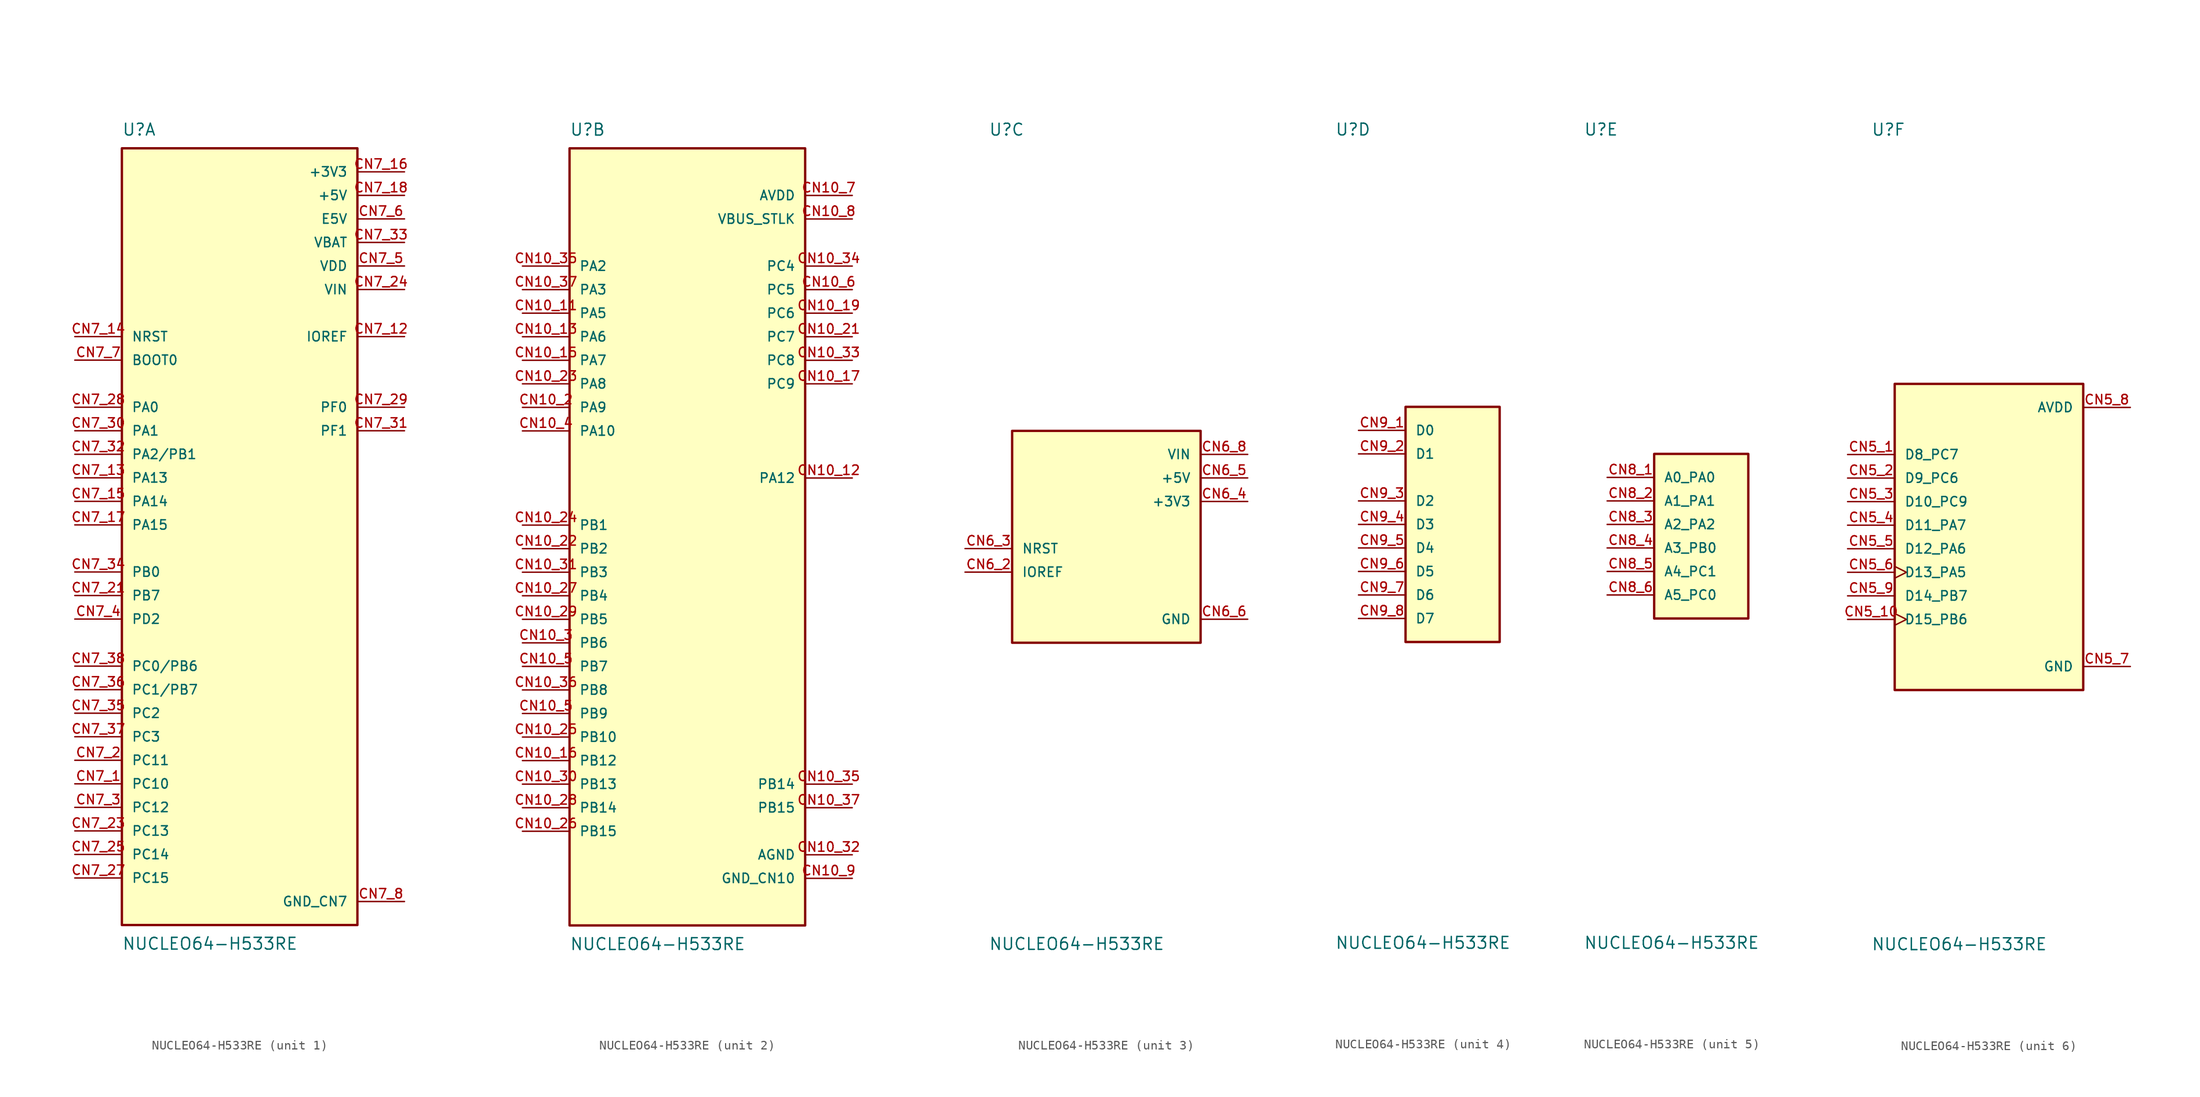
<source format=kicad_sym>
(kicad_symbol_lib
  (version 20231120)
  (generator "kicad_symbol_editor")
  (generator_version "8.0")
  (symbol "NUCLEO64-H533RE"
    (pin_names
      (offset 1.016))
    (property "Reference" "U"
      (at -12.7 41.91 0)
      (effects (font (size 1.27 1.27)) (justify left bottom)))
    (property "Value" "NUCLEO64-H533RE"
      (at -12.7 -44.45 0)
      (effects (font (size 1.27 1.27)) (justify left top)))
    (symbol "NUCLEO64-H533RE_1_0"
      (rectangle (start -12.7 40.64) (end 12.7 -43.18) (stroke (width 0.254) (type default)) (fill (type background)))
      (pin bidirectional line (at -17.78 -27.94 0) (length 5.08) (name "PC10" (effects (font (size 1.016 1.016)))) (number "CN7_1" (effects (font (size 1.016 1.016)))))
      (pin bidirectional line (at 17.78 20.32 180) (length 5.08) (name "IOREF" (effects (font (size 1.016 1.016)))) (number "CN7_12" (effects (font (size 1.016 1.016)))))
      (pin bidirectional line (at -17.78 5.08 0) (length 5.08) (name "PA13" (effects (font (size 1.016 1.016)))) (number "CN7_13" (effects (font (size 1.016 1.016)))))
      (pin bidirectional line (at -17.78 20.32 0) (length 5.08) (name "NRST" (effects (font (size 1.016 1.016)))) (number "CN7_14" (effects (font (size 1.016 1.016)))))
      (pin bidirectional line (at -17.78 2.54 0) (length 5.08) (name "PA14" (effects (font (size 1.016 1.016)))) (number "CN7_15" (effects (font (size 1.016 1.016)))))
      (pin power_in line (at 17.78 38.1 180) (length 5.08) (name "+3V3" (effects (font (size 1.016 1.016)))) (number "CN7_16" (effects (font (size 1.016 1.016)))))
      (pin bidirectional line (at -17.78 0 0) (length 5.08) (name "PA15" (effects (font (size 1.016 1.016)))) (number "CN7_17" (effects (font (size 1.016 1.016)))))
      (pin power_in line (at 17.78 35.56 180) (length 5.08) (name "+5V" (effects (font (size 1.016 1.016)))) (number "CN7_18" (effects (font (size 1.016 1.016)))))
      (pin power_in line (at 17.78 -40.64 180) (length 5.08) hide (name "GND_CN7" (effects (font (size 1.016 1.016)))) (number "CN7_19" (effects (font (size 1.016 1.016)))))
      (pin bidirectional line (at -17.78 -25.4 0) (length 5.08) (name "PC11" (effects (font (size 1.016 1.016)))) (number "CN7_2" (effects (font (size 1.016 1.016)))))
      (pin power_in line (at 17.78 -40.64 180) (length 5.08) hide (name "GND_CN7" (effects (font (size 1.016 1.016)))) (number "CN7_20" (effects (font (size 1.016 1.016)))))
      (pin bidirectional line (at -17.78 -7.62 0) (length 5.08) (name "PB7" (effects (font (size 1.016 1.016)))) (number "CN7_21" (effects (font (size 1.016 1.016)))))
      (pin power_in line (at 17.78 -40.64 180) (length 5.08) hide (name "GND_CN7" (effects (font (size 1.016 1.016)))) (number "CN7_22" (effects (font (size 1.016 1.016)))))
      (pin bidirectional line (at -17.78 -33.02 0) (length 5.08) (name "PC13" (effects (font (size 1.016 1.016)))) (number "CN7_23" (effects (font (size 1.016 1.016)))))
      (pin power_in line (at 17.78 25.4 180) (length 5.08) (name "VIN" (effects (font (size 1.016 1.016)))) (number "CN7_24" (effects (font (size 1.016 1.016)))))
      (pin bidirectional line (at -17.78 -35.56 0) (length 5.08) (name "PC14" (effects (font (size 1.016 1.016)))) (number "CN7_25" (effects (font (size 1.016 1.016)))))
      (pin bidirectional line (at -17.78 -38.1 0) (length 5.08) (name "PC15" (effects (font (size 1.016 1.016)))) (number "CN7_27" (effects (font (size 1.016 1.016)))))
      (pin bidirectional line (at -17.78 12.7 0) (length 5.08) (name "PA0" (effects (font (size 1.016 1.016)))) (number "CN7_28" (effects (font (size 1.016 1.016)))))
      (pin bidirectional line (at 17.78 12.7 180) (length 5.08) (name "PF0" (effects (font (size 1.016 1.016)))) (number "CN7_29" (effects (font (size 1.016 1.016)))))
      (pin bidirectional line (at -17.78 -30.48 0) (length 5.08) (name "PC12" (effects (font (size 1.016 1.016)))) (number "CN7_3" (effects (font (size 1.016 1.016)))))
      (pin bidirectional line (at -17.78 10.16 0) (length 5.08) (name "PA1" (effects (font (size 1.016 1.016)))) (number "CN7_30" (effects (font (size 1.016 1.016)))))
      (pin bidirectional line (at 17.78 10.16 180) (length 5.08) (name "PF1" (effects (font (size 1.016 1.016)))) (number "CN7_31" (effects (font (size 1.016 1.016)))))
      (pin bidirectional line (at -17.78 7.62 0) (length 5.08) (name "PA2/PB1" (effects (font (size 1.016 1.016)))) (number "CN7_32" (effects (font (size 1.016 1.016)))))
      (pin power_in line (at 17.78 30.48 180) (length 5.08) (name "VBAT" (effects (font (size 1.016 1.016)))) (number "CN7_33" (effects (font (size 1.016 1.016)))))
      (pin bidirectional line (at -17.78 -5.08 0) (length 5.08) (name "PB0" (effects (font (size 1.016 1.016)))) (number "CN7_34" (effects (font (size 1.016 1.016)))))
      (pin bidirectional line (at -17.78 -20.32 0) (length 5.08) (name "PC2" (effects (font (size 1.016 1.016)))) (number "CN7_35" (effects (font (size 1.016 1.016)))))
      (pin bidirectional line (at -17.78 -17.78 0) (length 5.08) (name "PC1/PB7" (effects (font (size 1.016 1.016)))) (number "CN7_36" (effects (font (size 1.016 1.016)))))
      (pin bidirectional line (at -17.78 -22.86 0) (length 5.08) (name "PC3" (effects (font (size 1.016 1.016)))) (number "CN7_37" (effects (font (size 1.016 1.016)))))
      (pin bidirectional line (at -17.78 -15.24 0) (length 5.08) (name "PC0/PB6" (effects (font (size 1.016 1.016)))) (number "CN7_38" (effects (font (size 1.016 1.016)))))
      (pin bidirectional line (at -17.78 -10.16 0) (length 5.08) (name "PD2" (effects (font (size 1.016 1.016)))) (number "CN7_4" (effects (font (size 1.016 1.016)))))
      (pin power_in line (at 17.78 27.94 180) (length 5.08) (name "VDD" (effects (font (size 1.016 1.016)))) (number "CN7_5" (effects (font (size 1.016 1.016)))))
      (pin power_in line (at 17.78 33.02 180) (length 5.08) (name "E5V" (effects (font (size 1.016 1.016)))) (number "CN7_6" (effects (font (size 1.016 1.016)))))
      (pin bidirectional line (at -17.78 17.78 0) (length 5.08) (name "BOOT0" (effects (font (size 1.016 1.016)))) (number "CN7_7" (effects (font (size 1.016 1.016)))))
      (pin power_in line (at 17.78 -40.64 180) (length 5.08) (name "GND_CN7" (effects (font (size 1.016 1.016)))) (number "CN7_8" (effects (font (size 1.016 1.016))))))
    (symbol "NUCLEO64-H533RE_2_0"
      (rectangle (start -12.7 40.64) (end 12.7 -43.18) (stroke (width 0.254) (type default)) (fill (type background)))
      (pin bidirectional line (at -17.78 22.86 0) (length 5.08) (name "PA5" (effects (font (size 1.016 1.016)))) (number "CN10_11" (effects (font (size 1.016 1.016)))))
      (pin bidirectional line (at 17.78 5.08 180) (length 5.08) (name "PA12" (effects (font (size 1.016 1.016)))) (number "CN10_12" (effects (font (size 1.016 1.016)))))
      (pin bidirectional line (at -17.78 20.32 0) (length 5.08) (name "PA6" (effects (font (size 1.016 1.016)))) (number "CN10_13" (effects (font (size 1.016 1.016)))))
      (pin bidirectional line (at -17.78 17.78 0) (length 5.08) (name "PA7" (effects (font (size 1.016 1.016)))) (number "CN10_15" (effects (font (size 1.016 1.016)))))
      (pin bidirectional line (at -17.78 -25.4 0) (length 5.08) (name "PB12" (effects (font (size 1.016 1.016)))) (number "CN10_16" (effects (font (size 1.016 1.016)))))
      (pin bidirectional line (at 17.78 15.24 180) (length 5.08) (name "PC9" (effects (font (size 1.016 1.016)))) (number "CN10_17" (effects (font (size 1.016 1.016)))))
      (pin bidirectional line (at 17.78 22.86 180) (length 5.08) (name "PC6" (effects (font (size 1.016 1.016)))) (number "CN10_19" (effects (font (size 1.016 1.016)))))
      (pin bidirectional line (at -17.78 12.7 0) (length 5.08) (name "PA9" (effects (font (size 1.016 1.016)))) (number "CN10_2" (effects (font (size 1.016 1.016)))))
      (pin power_in line (at 17.78 -38.1 180) (length 5.08) hide (name "GND_CN10" (effects (font (size 1.016 1.016)))) (number "CN10_20" (effects (font (size 1.016 1.016)))))
      (pin bidirectional line (at 17.78 20.32 180) (length 5.08) (name "PC7" (effects (font (size 1.016 1.016)))) (number "CN10_21" (effects (font (size 1.016 1.016)))))
      (pin bidirectional line (at -17.78 -2.54 0) (length 5.08) (name "PB2" (effects (font (size 1.016 1.016)))) (number "CN10_22" (effects (font (size 1.016 1.016)))))
      (pin bidirectional line (at -17.78 15.24 0) (length 5.08) (name "PA8" (effects (font (size 1.016 1.016)))) (number "CN10_23" (effects (font (size 1.016 1.016)))))
      (pin bidirectional line (at -17.78 0 0) (length 5.08) (name "PB1" (effects (font (size 1.016 1.016)))) (number "CN10_24" (effects (font (size 1.016 1.016)))))
      (pin bidirectional line (at -17.78 -22.86 0) (length 5.08) (name "PB10" (effects (font (size 1.016 1.016)))) (number "CN10_25" (effects (font (size 1.016 1.016)))))
      (pin bidirectional line (at -17.78 -33.02 0) (length 5.08) (name "PB15" (effects (font (size 1.016 1.016)))) (number "CN10_26" (effects (font (size 1.016 1.016)))))
      (pin bidirectional line (at -17.78 -7.62 0) (length 5.08) (name "PB4" (effects (font (size 1.016 1.016)))) (number "CN10_27" (effects (font (size 1.016 1.016)))))
      (pin bidirectional line (at -17.78 -30.48 0) (length 5.08) (name "PB14" (effects (font (size 1.016 1.016)))) (number "CN10_28" (effects (font (size 1.016 1.016)))))
      (pin bidirectional line (at -17.78 -10.16 0) (length 5.08) (name "PB5" (effects (font (size 1.016 1.016)))) (number "CN10_29" (effects (font (size 1.016 1.016)))))
      (pin bidirectional line (at -17.78 -12.7 0) (length 5.08) (name "PB6" (effects (font (size 1.016 1.016)))) (number "CN10_3" (effects (font (size 1.016 1.016)))))
      (pin bidirectional line (at -17.78 -27.94 0) (length 5.08) (name "PB13" (effects (font (size 1.016 1.016)))) (number "CN10_30" (effects (font (size 1.016 1.016)))))
      (pin bidirectional line (at -17.78 -5.08 0) (length 5.08) (name "PB3" (effects (font (size 1.016 1.016)))) (number "CN10_31" (effects (font (size 1.016 1.016)))))
      (pin power_in line (at 17.78 -35.56 180) (length 5.08) (name "AGND" (effects (font (size 1.016 1.016)))) (number "CN10_32" (effects (font (size 1.016 1.016)))))
      (pin bidirectional line (at 17.78 17.78 180) (length 5.08) (name "PC8" (effects (font (size 1.016 1.016)))) (number "CN10_33" (effects (font (size 1.016 1.016)))))
      (pin bidirectional line (at 17.78 27.94 180) (length 5.08) (name "PC4" (effects (font (size 1.016 1.016)))) (number "CN10_34" (effects (font (size 1.016 1.016)))))
      (pin bidirectional line (at -17.78 27.94 0) (length 5.08) (name "PA2" (effects (font (size 1.016 1.016)))) (number "CN10_35" (effects (font (size 1.016 1.016)))))
      (pin bidirectional line (at 17.78 -27.94 180) (length 5.08) (name "PB14" (effects (font (size 1.016 1.016)))) (number "CN10_35" (effects (font (size 1.016 1.016)))))
      (pin bidirectional line (at -17.78 -17.78 0) (length 5.08) (name "PB8" (effects (font (size 1.016 1.016)))) (number "CN10_36" (effects (font (size 1.016 1.016)))))
      (pin bidirectional line (at -17.78 25.4 0) (length 5.08) (name "PA3" (effects (font (size 1.016 1.016)))) (number "CN10_37" (effects (font (size 1.016 1.016)))))
      (pin bidirectional line (at 17.78 -30.48 180) (length 5.08) (name "PB15" (effects (font (size 1.016 1.016)))) (number "CN10_37" (effects (font (size 1.016 1.016)))))
      (pin bidirectional line (at -17.78 10.16 0) (length 5.08) (name "PA10" (effects (font (size 1.016 1.016)))) (number "CN10_4" (effects (font (size 1.016 1.016)))))
      (pin bidirectional line (at -17.78 -15.24 0) (length 5.08) (name "PB7" (effects (font (size 1.016 1.016)))) (number "CN10_5" (effects (font (size 1.016 1.016)))))
      (pin bidirectional line (at -17.78 -20.32 0) (length 5.08) (name "PB9" (effects (font (size 1.016 1.016)))) (number "CN10_5" (effects (font (size 1.016 1.016)))))
      (pin bidirectional line (at 17.78 25.4 180) (length 5.08) (name "PC5" (effects (font (size 1.016 1.016)))) (number "CN10_6" (effects (font (size 1.016 1.016)))))
      (pin power_in line (at 17.78 35.56 180) (length 5.08) (name "AVDD" (effects (font (size 1.016 1.016)))) (number "CN10_7" (effects (font (size 1.016 1.016)))))
      (pin power_in line (at 17.78 33.02 180) (length 5.08) (name "VBUS_STLK" (effects (font (size 1.016 1.016)))) (number "CN10_8" (effects (font (size 1.016 1.016)))))
      (pin power_in line (at 17.78 -38.1 180) (length 5.08) (name "GND_CN10" (effects (font (size 1.016 1.016)))) (number "CN10_9" (effects (font (size 1.016 1.016))))))
    (symbol "NUCLEO64-H533RE_3_0"
      (rectangle (start -10.16 -12.7) (end 10.16 10.16) (stroke (width 0.254) (type default)) (fill (type background)))
      (pin bidirectional line (at -15.24 -5.08 0) (length 5.08) (name "IOREF" (effects (font (size 1.016 1.016)))) (number "CN6_2" (effects (font (size 1.016 1.016)))))
      (pin bidirectional line (at -15.24 -2.54 0) (length 5.08) (name "NRST" (effects (font (size 1.016 1.016)))) (number "CN6_3" (effects (font (size 1.016 1.016)))))
      (pin power_in line (at 15.24 2.54 180) (length 5.08) (name "+3V3" (effects (font (size 1.016 1.016)))) (number "CN6_4" (effects (font (size 1.016 1.016)))))
      (pin power_in line (at 15.24 5.08 180) (length 5.08) (name "+5V" (effects (font (size 1.016 1.016)))) (number "CN6_5" (effects (font (size 1.016 1.016)))))
      (pin power_in line (at 15.24 -10.16 180) (length 5.08) (name "GND" (effects (font (size 1.016 1.016)))) (number "CN6_6" (effects (font (size 1.016 1.016)))))
      (pin power_in line (at 15.24 -10.16 180) (length 5.08) hide (name "GND" (effects (font (size 1.016 1.016)))) (number "CN6_7" (effects (font (size 1.016 1.016)))))
      (pin power_in line (at 15.24 7.62 180) (length 5.08) (name "VIN" (effects (font (size 1.016 1.016)))) (number "CN6_8" (effects (font (size 1.016 1.016))))))
    (symbol "NUCLEO64-H533RE_4_0"
      (rectangle (start -5.08 -12.7) (end 5.08 12.7) (stroke (width 0.254) (type default)) (fill (type background)))
      (pin input line (at -10.16 10.16 0) (length 5.08) (name "D0" (effects (font (size 1.016 1.016)))) (number "CN9_1" (effects (font (size 1.016 1.016)))))
      (pin output line (at -10.16 7.62 0) (length 5.08) (name "D1" (effects (font (size 1.016 1.016)))) (number "CN9_2" (effects (font (size 1.016 1.016)))))
      (pin bidirectional line (at -10.16 2.54 0) (length 5.08) (name "D2" (effects (font (size 1.016 1.016)))) (number "CN9_3" (effects (font (size 1.016 1.016)))))
      (pin bidirectional line (at -10.16 0 0) (length 5.08) (name "D3" (effects (font (size 1.016 1.016)))) (number "CN9_4" (effects (font (size 1.016 1.016)))))
      (pin bidirectional line (at -10.16 -2.54 0) (length 5.08) (name "D4" (effects (font (size 1.016 1.016)))) (number "CN9_5" (effects (font (size 1.016 1.016)))))
      (pin bidirectional line (at -10.16 -5.08 0) (length 5.08) (name "D5" (effects (font (size 1.016 1.016)))) (number "CN9_6" (effects (font (size 1.016 1.016)))))
      (pin bidirectional line (at -10.16 -7.62 0) (length 5.08) (name "D6" (effects (font (size 1.016 1.016)))) (number "CN9_7" (effects (font (size 1.016 1.016)))))
      (pin bidirectional line (at -10.16 -10.16 0) (length 5.08) (name "D7" (effects (font (size 1.016 1.016)))) (number "CN9_8" (effects (font (size 1.016 1.016))))))
    (symbol "NUCLEO64-H533RE_5_0"
      (rectangle (start -5.08 7.62) (end 5.08 -10.16) (stroke (width 0.254) (type default)) (fill (type background)))
      (pin input line (at -10.16 5.08 0) (length 5.08) (name "A0_PA0" (effects (font (size 1.016 1.016)))) (number "CN8_1" (effects (font (size 1.016 1.016)))))
      (pin input line (at -10.16 2.54 0) (length 5.08) (name "A1_PA1" (effects (font (size 1.016 1.016)))) (number "CN8_2" (effects (font (size 1.016 1.016)))))
      (pin input line (at -10.16 0 0) (length 5.08) (name "A2_PA2" (effects (font (size 1.016 1.016)))) (number "CN8_3" (effects (font (size 1.016 1.016)))))
      (pin input line (at -10.16 -2.54 0) (length 5.08) (name "A3_PB0" (effects (font (size 1.016 1.016)))) (number "CN8_4" (effects (font (size 1.016 1.016)))))
      (pin input line (at -10.16 -5.08 0) (length 5.08) (name "A4_PC1" (effects (font (size 1.016 1.016)))) (number "CN8_5" (effects (font (size 1.016 1.016)))))
      (pin input line (at -10.16 -7.62 0) (length 5.08) (name "A5_PC0" (effects (font (size 1.016 1.016)))) (number "CN8_6" (effects (font (size 1.016 1.016))))))
    (symbol "NUCLEO64-H533RE_6_0"
      (rectangle (start -10.16 15.24) (end 10.16 -17.78) (stroke (width 0.254) (type default)) (fill (type background)))
      (pin bidirectional line (at -15.24 7.62 0) (length 5.08) (name "D8_PC7" (effects (font (size 1.016 1.016)))) (number "CN5_1" (effects (font (size 1.016 1.016)))))
      (pin bidirectional clock (at -15.24 -10.16 0) (length 5.08) (name "D15_PB6" (effects (font (size 1.016 1.016)))) (number "CN5_10" (effects (font (size 1.016 1.016)))))
      (pin bidirectional line (at -15.24 5.08 0) (length 5.08) (name "D9_PC6" (effects (font (size 1.016 1.016)))) (number "CN5_2" (effects (font (size 1.016 1.016)))))
      (pin bidirectional line (at -15.24 2.54 0) (length 5.08) (name "D10_PC9" (effects (font (size 1.016 1.016)))) (number "CN5_3" (effects (font (size 1.016 1.016)))))
      (pin bidirectional line (at -15.24 0 0) (length 5.08) (name "D11_PA7" (effects (font (size 1.016 1.016)))) (number "CN5_4" (effects (font (size 1.016 1.016)))))
      (pin bidirectional line (at -15.24 -2.54 0) (length 5.08) (name "D12_PA6" (effects (font (size 1.016 1.016)))) (number "CN5_5" (effects (font (size 1.016 1.016)))))
      (pin bidirectional clock (at -15.24 -5.08 0) (length 5.08) (name "D13_PA5" (effects (font (size 1.016 1.016)))) (number "CN5_6" (effects (font (size 1.016 1.016)))))
      (pin power_in line (at 15.24 -15.24 180) (length 5.08) (name "GND" (effects (font (size 1.016 1.016)))) (number "CN5_7" (effects (font (size 1.016 1.016)))))
      (pin power_in line (at 15.24 12.7 180) (length 5.08) (name "AVDD" (effects (font (size 1.016 1.016)))) (number "CN5_8" (effects (font (size 1.016 1.016)))))
      (pin bidirectional line (at -15.24 -7.62 0) (length 5.08) (name "D14_PB7" (effects (font (size 1.016 1.016)))) (number "CN5_9" (effects (font (size 1.016 1.016))))))))
</source>
